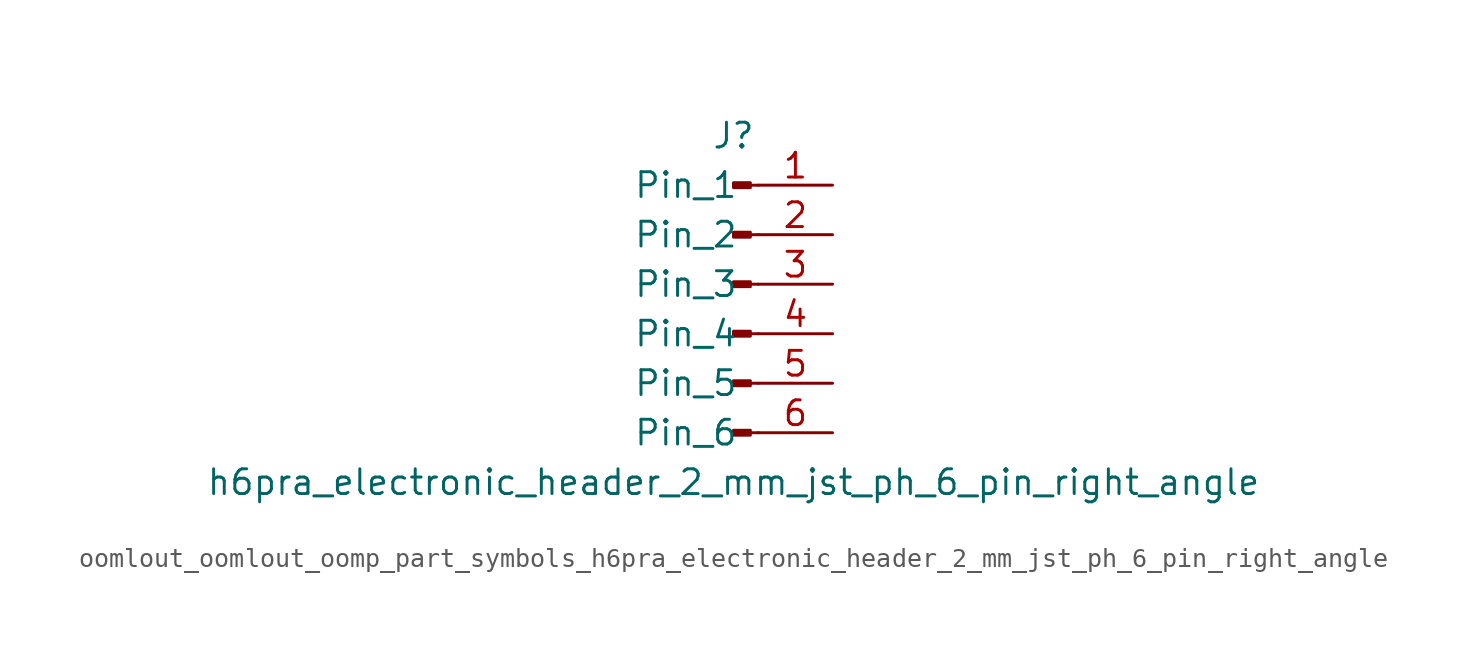
<source format=kicad_sym>
(kicad_symbol_lib
  (version 20220914)
  (generator kicad_symbol_editor)
  (symbol "oomlout_oomlout_oomp_part_symbols_h6pra_electronic_header_2_mm_jst_ph_6_pin_right_angle"
    (pin_names
      (offset 1.016))
    (property "Reference" "J"
      (at 0 7.62 0)
      (effects (font (size 1.27 1.27))))
    (property "Value" "h6pra_electronic_header_2_mm_jst_ph_6_pin_right_angle"
      (at 0 -10.16 0)
      (effects (font (size 1.27 1.27))))
    (property "ki_locked" ""
      (at 0 0 0)
      (effects (font (size 1.27 1.27))))
    (symbol "oomlout_oomlout_oomp_part_symbols_h6pra_electronic_header_2_mm_jst_ph_6_pin_right_angle_1_1"
      (polyline (pts (xy 1.27 -7.62) (xy 0.864 -7.62)) (stroke (width 0.152) (type default)) (fill (type none)))
      (polyline (pts (xy 1.27 -5.08) (xy 0.864 -5.08)) (stroke (width 0.152) (type default)) (fill (type none)))
      (polyline (pts (xy 1.27 -2.54) (xy 0.864 -2.54)) (stroke (width 0.152) (type default)) (fill (type none)))
      (polyline (pts (xy 1.27 0) (xy 0.864 0)) (stroke (width 0.152) (type default)) (fill (type none)))
      (polyline (pts (xy 1.27 2.54) (xy 0.864 2.54)) (stroke (width 0.152) (type default)) (fill (type none)))
      (polyline (pts (xy 1.27 5.08) (xy 0.864 5.08)) (stroke (width 0.152) (type default)) (fill (type none)))
      (rectangle (start 0.864 -7.493) (end 0 -7.747) (stroke (width 0.152) (type default)) (fill (type outline)))
      (rectangle (start 0.864 -4.953) (end 0 -5.207) (stroke (width 0.152) (type default)) (fill (type outline)))
      (rectangle (start 0.864 -2.413) (end 0 -2.667) (stroke (width 0.152) (type default)) (fill (type outline)))
      (rectangle (start 0.864 0.127) (end 0 -0.127) (stroke (width 0.152) (type default)) (fill (type outline)))
      (rectangle (start 0.864 2.667) (end 0 2.413) (stroke (width 0.152) (type default)) (fill (type outline)))
      (rectangle (start 0.864 5.207) (end 0 4.953) (stroke (width 0.152) (type default)) (fill (type outline)))
      (pin passive line (at 5.08 5.08 180) (length 3.81) (name "Pin_1" (effects (font (size 1.27 1.27)))) (number "1" (effects (font (size 1.27 1.27)))))
      (pin passive line (at 5.08 2.54 180) (length 3.81) (name "Pin_2" (effects (font (size 1.27 1.27)))) (number "2" (effects (font (size 1.27 1.27)))))
      (pin passive line (at 5.08 0 180) (length 3.81) (name "Pin_3" (effects (font (size 1.27 1.27)))) (number "3" (effects (font (size 1.27 1.27)))))
      (pin passive line (at 5.08 -2.54 180) (length 3.81) (name "Pin_4" (effects (font (size 1.27 1.27)))) (number "4" (effects (font (size 1.27 1.27)))))
      (pin passive line (at 5.08 -5.08 180) (length 3.81) (name "Pin_5" (effects (font (size 1.27 1.27)))) (number "5" (effects (font (size 1.27 1.27)))))
      (pin passive line (at 5.08 -7.62 180) (length 3.81) (name "Pin_6" (effects (font (size 1.27 1.27)))) (number "6" (effects (font (size 1.27 1.27))))))))
</source>
